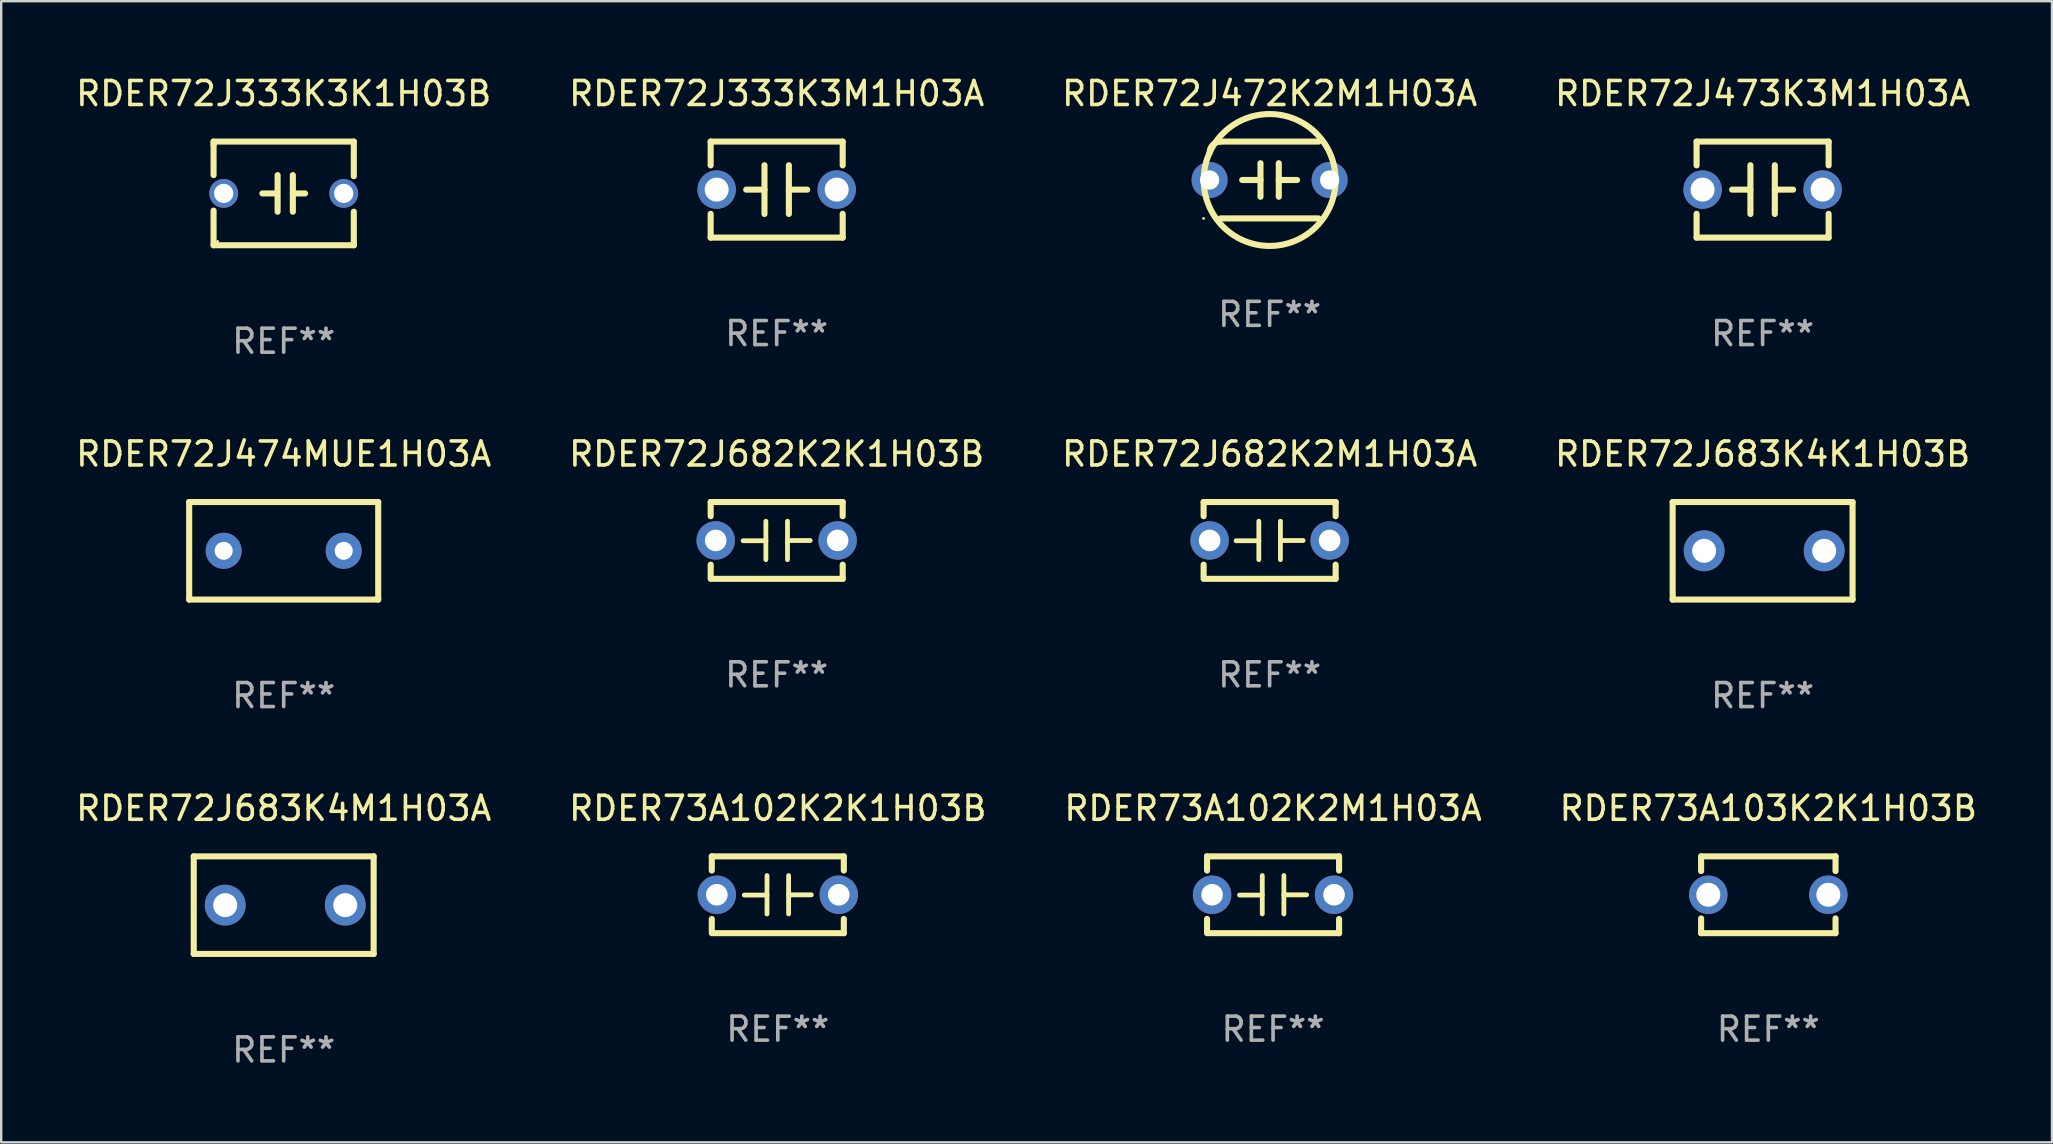
<source format=kicad_pcb>
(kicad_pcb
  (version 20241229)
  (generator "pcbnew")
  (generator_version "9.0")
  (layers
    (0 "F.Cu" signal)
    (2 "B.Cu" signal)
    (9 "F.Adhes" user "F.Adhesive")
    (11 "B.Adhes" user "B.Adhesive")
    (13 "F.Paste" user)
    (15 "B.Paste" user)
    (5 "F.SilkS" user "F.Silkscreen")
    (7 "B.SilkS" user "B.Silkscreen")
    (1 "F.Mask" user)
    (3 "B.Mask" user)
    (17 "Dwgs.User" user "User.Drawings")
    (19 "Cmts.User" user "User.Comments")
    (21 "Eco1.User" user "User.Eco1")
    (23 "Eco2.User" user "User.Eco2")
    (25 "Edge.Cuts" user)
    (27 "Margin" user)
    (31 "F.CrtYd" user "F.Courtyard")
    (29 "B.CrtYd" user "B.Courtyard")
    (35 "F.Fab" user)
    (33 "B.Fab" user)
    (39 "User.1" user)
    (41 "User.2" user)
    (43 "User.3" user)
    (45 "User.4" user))
  (footprint "RDER73A102K2M1H03A"
    (layer "F.Cu")
    (at 49.982 34.223)
    (property "Reference" "RDER73A102K2M1H03A" (at 0 -3.6 0) (layer "F.SilkS") (effects (font (size 1 1) (thickness 0.15))))
    (attr through_hole)
    (fp_line (start -2.75 -1.6) (end -2.75 -1.009) (stroke (width 0.254) (type solid)) (layer "F.SilkS"))
    (fp_line (start -2.75 -1.6) (end 2.75 -1.6) (stroke (width 0.254) (type solid)) (layer "F.SilkS"))
    (fp_line (start -2.75 1.009) (end -2.75 1.524) (stroke (width 0.254) (type solid)) (layer "F.SilkS"))
    (fp_line (start -2.75 1.6) (end 2.75 1.6) (stroke (width 0.254) (type solid)) (layer "F.SilkS"))
    (fp_line (start -0.45 -0.8) (end -0.45 0.8) (stroke (width 0.2) (type solid)) (layer "F.SilkS"))
    (fp_line (start -0.45 0.013) (end -1.397 0.013) (stroke (width 0.2) (type solid)) (layer "F.SilkS"))
    (fp_line (start 0.45 0.003) (end 1.397 0.003) (stroke (width 0.2) (type solid)) (layer "F.SilkS"))
    (fp_line (start 0.45 0.8) (end 0.45 -0.8) (stroke (width 0.2) (type solid)) (layer "F.SilkS"))
    (fp_line (start 2.75 -1.6) (end 2.75 -1.009) (stroke (width 0.254) (type solid)) (layer "F.SilkS"))
    (fp_line (start 2.75 1.009) (end 2.75 1.6) (stroke (width 0.254) (type solid)) (layer "F.SilkS"))
    (fp_circle (center -2.79 1.6) (end -2.76 1.6) (stroke (width 0.06) (type solid)) (fill no) (layer "F.SilkS"))
    (fp_text user "REF**" (at 0 5.6 0) (layer "F.Fab") (effects (font (size 1 1) (thickness 0.15))))
    (pad "1" thru_hole circle (at -2.54 0) (size 1.6 1.6) (drill 0.9) (layers "*.Cu" "*.Mask"))
    (pad "2" thru_hole circle (at 2.54 0) (size 1.6 1.6) (drill 0.9) (layers "*.Cu" "*.Mask")))
  (footprint "RDER72J682K2K1H03B"
    (layer "F.Cu")
    (at 29.304 19.463)
    (property "Reference" "RDER72J682K2K1H03B" (at 0 -3.6 0) (layer "F.SilkS") (effects (font (size 1 1) (thickness 0.15))))
    (attr through_hole)
    (fp_line (start -2.75 -1.6) (end -2.75 -1.009) (stroke (width 0.254) (type solid)) (layer "F.SilkS"))
    (fp_line (start -2.75 -1.6) (end 2.75 -1.6) (stroke (width 0.254) (type solid)) (layer "F.SilkS"))
    (fp_line (start -2.75 1.009) (end -2.75 1.524) (stroke (width 0.254) (type solid)) (layer "F.SilkS"))
    (fp_line (start -2.75 1.6) (end 2.75 1.6) (stroke (width 0.254) (type solid)) (layer "F.SilkS"))
    (fp_line (start -0.45 -0.8) (end -0.45 0.8) (stroke (width 0.2) (type solid)) (layer "F.SilkS"))
    (fp_line (start -0.45 0.013) (end -1.397 0.013) (stroke (width 0.2) (type solid)) (layer "F.SilkS"))
    (fp_line (start 0.45 0.003) (end 1.397 0.003) (stroke (width 0.2) (type solid)) (layer "F.SilkS"))
    (fp_line (start 0.45 0.8) (end 0.45 -0.8) (stroke (width 0.2) (type solid)) (layer "F.SilkS"))
    (fp_line (start 2.75 -1.6) (end 2.75 -1.009) (stroke (width 0.254) (type solid)) (layer "F.SilkS"))
    (fp_line (start 2.75 1.009) (end 2.75 1.6) (stroke (width 0.254) (type solid)) (layer "F.SilkS"))
    (fp_circle (center -2.79 1.6) (end -2.76 1.6) (stroke (width 0.06) (type solid)) (fill no) (layer "F.SilkS"))
    (fp_text user "REF**" (at 0 5.6 0) (layer "F.Fab") (effects (font (size 1 1) (thickness 0.15))))
    (pad "1" thru_hole circle (at -2.54 0) (size 1.6 1.6) (drill 0.9) (layers "*.Cu" "*.Mask"))
    (pad "2" thru_hole circle (at 2.54 0) (size 1.6 1.6) (drill 0.9) (layers "*.Cu" "*.Mask")))
  (footprint "RDER72J682K2M1H03A"
    (layer "F.Cu")
    (at 49.839 19.463)
    (property "Reference" "RDER72J682K2M1H03A" (at 0 -3.6 0) (layer "F.SilkS") (effects (font (size 1 1) (thickness 0.15))))
    (attr through_hole)
    (fp_line (start -2.75 -1.6) (end -2.75 -1.009) (stroke (width 0.254) (type solid)) (layer "F.SilkS"))
    (fp_line (start -2.75 -1.6) (end 2.75 -1.6) (stroke (width 0.254) (type solid)) (layer "F.SilkS"))
    (fp_line (start -2.75 1.009) (end -2.75 1.524) (stroke (width 0.254) (type solid)) (layer "F.SilkS"))
    (fp_line (start -2.75 1.6) (end 2.75 1.6) (stroke (width 0.254) (type solid)) (layer "F.SilkS"))
    (fp_line (start -0.45 -0.8) (end -0.45 0.8) (stroke (width 0.2) (type solid)) (layer "F.SilkS"))
    (fp_line (start -0.45 0.013) (end -1.397 0.013) (stroke (width 0.2) (type solid)) (layer "F.SilkS"))
    (fp_line (start 0.45 0.003) (end 1.397 0.003) (stroke (width 0.2) (type solid)) (layer "F.SilkS"))
    (fp_line (start 0.45 0.8) (end 0.45 -0.8) (stroke (width 0.2) (type solid)) (layer "F.SilkS"))
    (fp_line (start 2.75 -1.6) (end 2.75 -1.009) (stroke (width 0.254) (type solid)) (layer "F.SilkS"))
    (fp_line (start 2.75 1.009) (end 2.75 1.6) (stroke (width 0.254) (type solid)) (layer "F.SilkS"))
    (fp_circle (center -2.75 1.6) (end -2.72 1.6) (stroke (width 0.06) (type solid)) (fill no) (layer "F.SilkS"))
    (fp_text user "REF**" (at 0 5.6 0) (layer "F.Fab") (effects (font (size 1 1) (thickness 0.15))))
    (pad "1" thru_hole circle (at -2.5 0) (size 1.6 1.6) (drill 0.9) (layers "*.Cu" "*.Mask"))
    (pad "2" thru_hole circle (at 2.5 0) (size 1.6 1.6) (drill 0.9) (layers "*.Cu" "*.Mask")))
  (footprint "RDER72J472K2M1H03A"
    (layer "F.Cu")
    (at 49.839 4.448)
    (property "Reference" "RDER72J472K2M1H03A" (at 0 -3.6 0) (layer "F.SilkS") (effects (font (size 1 1) (thickness 0.15))))
    (attr through_hole)
    (fp_line (start -2.038 1.6) (end 2.038 1.6) (stroke (width 0.254) (type solid)) (layer "F.SilkS"))
    (fp_line (start -1.143 0) (end -0.381 0) (stroke (width 0.254) (type solid)) (layer "F.SilkS"))
    (fp_line (start -0.381 -0.699) (end -0.381 0.699) (stroke (width 0.254) (type solid)) (layer "F.SilkS"))
    (fp_line (start 0.381 -0.699) (end 0.381 0.699) (stroke (width 0.254) (type solid)) (layer "F.SilkS"))
    (fp_line (start 1.143 0) (end 0.381 0) (stroke (width 0.254) (type solid)) (layer "F.SilkS"))
    (fp_line (start 2.038 -1.6) (end -2.038 -1.6) (stroke (width 0.254) (type solid)) (layer "F.SilkS"))
    (fp_arc (start -2.500127 -1.137744) (mid -2.364728 -1.464626) (end -2.037846 -1.600025) (stroke (width 0.254001) (type solid)) (layer "F.SilkS"))
    (fp_arc (start -2.500127 1.137719) (mid 2.500149 -1.137741) (end -2.500127 1.137719) (stroke (width 0.254001) (type solid)) (layer "F.SilkS"))
    (fp_circle (center -2.75 1.6) (end -2.72 1.6) (stroke (width 0.06) (type solid)) (fill no) (layer "F.SilkS"))
    (fp_text user "REF**" (at 0 5.6 0) (layer "F.Fab") (effects (font (size 1 1) (thickness 0.15))))
    (pad "1" thru_hole circle (at -2.5 0) (size 1.5 1.5) (drill 0.8) (layers "*.Cu" "*.Mask"))
    (pad "2" thru_hole circle (at 2.5 0) (size 1.5 1.5) (drill 0.8) (layers "*.Cu" "*.Mask")))
  (footprint "RDER72J474MUE1H03A"
    (layer "F.Cu")
    (at 8.768 19.895)
    (property "Reference" "RDER72J474MUE1H03A" (at 0 -4.032 0) (layer "F.SilkS") (effects (font (size 1 1) (thickness 0.15))))
    (attr through_hole)
    (fp_line (start -3.937 -2.032) (end 3.937 -2.032) (stroke (width 0.254) (type solid)) (layer "F.SilkS"))
    (fp_line (start -3.937 2.032) (end -3.937 -2.032) (stroke (width 0.254) (type solid)) (layer "F.SilkS"))
    (fp_line (start 3.937 -2.032) (end 3.937 2.032) (stroke (width 0.254) (type solid)) (layer "F.SilkS"))
    (fp_line (start 3.937 2.032) (end -3.937 2.032) (stroke (width 0.254) (type solid)) (layer "F.SilkS"))
    (fp_circle (center -3.85 2) (end -3.82 2) (stroke (width 0.06) (type solid)) (fill no) (layer "F.SilkS"))
    (fp_text user "REF**" (at 0 6.032 0) (layer "F.Fab") (effects (font (size 1 1) (thickness 0.15))))
    (pad "1" thru_hole circle (at -2.5 0) (size 1.5 1.5) (drill 0.75) (layers "*.Cu" "*.Mask"))
    (pad "2" thru_hole circle (at 2.5 0) (size 1.5 1.5) (drill 0.75) (layers "*.Cu" "*.Mask")))
  (footprint "RDER73A102K2K1H03B"
    (layer "F.Cu")
    (at 29.351 34.223)
    (property "Reference" "RDER73A102K2K1H03B" (at 0 -3.6 0) (layer "F.SilkS") (effects (font (size 1 1) (thickness 0.15))))
    (attr through_hole)
    (fp_line (start -2.75 -1.6) (end -2.75 -1.009) (stroke (width 0.254) (type solid)) (layer "F.SilkS"))
    (fp_line (start -2.75 -1.6) (end 2.75 -1.6) (stroke (width 0.254) (type solid)) (layer "F.SilkS"))
    (fp_line (start -2.75 1.009) (end -2.75 1.524) (stroke (width 0.254) (type solid)) (layer "F.SilkS"))
    (fp_line (start -2.75 1.6) (end 2.75 1.6) (stroke (width 0.254) (type solid)) (layer "F.SilkS"))
    (fp_line (start -0.45 -0.8) (end -0.45 0.8) (stroke (width 0.2) (type solid)) (layer "F.SilkS"))
    (fp_line (start -0.45 0.013) (end -1.397 0.013) (stroke (width 0.2) (type solid)) (layer "F.SilkS"))
    (fp_line (start 0.45 0.003) (end 1.397 0.003) (stroke (width 0.2) (type solid)) (layer "F.SilkS"))
    (fp_line (start 0.45 0.8) (end 0.45 -0.8) (stroke (width 0.2) (type solid)) (layer "F.SilkS"))
    (fp_line (start 2.75 -1.6) (end 2.75 -1.009) (stroke (width 0.254) (type solid)) (layer "F.SilkS"))
    (fp_line (start 2.75 1.009) (end 2.75 1.6) (stroke (width 0.254) (type solid)) (layer "F.SilkS"))
    (fp_circle (center -2.79 1.6) (end -2.76 1.6) (stroke (width 0.06) (type solid)) (fill no) (layer "F.SilkS"))
    (fp_text user "REF**" (at 0 5.6 0) (layer "F.Fab") (effects (font (size 1 1) (thickness 0.15))))
    (pad "1" thru_hole circle (at -2.54 0) (size 1.6 1.6) (drill 0.9) (layers "*.Cu" "*.Mask"))
    (pad "2" thru_hole circle (at 2.54 0) (size 1.6 1.6) (drill 0.9) (layers "*.Cu" "*.Mask")))
  (footprint "RDER72J683K4M1H03A"
    (layer "F.Cu")
    (at 8.768 34.655)
    (property "Reference" "RDER72J683K4M1H03A" (at 0 -4.032 0) (layer "F.SilkS") (effects (font (size 1 1) (thickness 0.15))))
    (attr through_hole)
    (fp_line (start -3.747 -2.032) (end -3.747 2.032) (stroke (width 0.254) (type solid)) (layer "F.SilkS"))
    (fp_line (start -3.747 2.032) (end 3.747 2.032) (stroke (width 0.254) (type solid)) (layer "F.SilkS"))
    (fp_line (start 3.747 -2.032) (end -3.747 -2.032) (stroke (width 0.254) (type solid)) (layer "F.SilkS"))
    (fp_line (start 3.747 2.032) (end 3.747 -2.032) (stroke (width 0.254) (type solid)) (layer "F.SilkS"))
    (fp_circle (center -3.687 2) (end -3.657 2) (stroke (width 0.06) (type solid)) (fill no) (layer "F.SilkS"))
    (fp_text user "REF**" (at 0 6.032 0) (layer "F.Fab") (effects (font (size 1 1) (thickness 0.15))))
    (pad "1" thru_hole circle (at -2.436 0) (size 1.7 1.7) (drill 1) (layers "*.Cu" "*.Mask"))
    (pad "2" thru_hole circle (at 2.564 0) (size 1.7 1.7) (drill 1) (layers "*.Cu" "*.Mask")))
  (footprint "RDER72J333K3M1H03A"
    (layer "F.Cu")
    (at 29.304 4.848)
    (property "Reference" "RDER72J333K3M1H03A" (at 0 -4 0) (layer "F.SilkS") (effects (font (size 1 1) (thickness 0.15))))
    (attr through_hole)
    (fp_line (start -2.75 -2) (end -2.75 -1.009) (stroke (width 0.254) (type solid)) (layer "F.SilkS"))
    (fp_line (start -2.75 -2) (end 2.75 -2) (stroke (width 0.254) (type solid)) (layer "F.SilkS"))
    (fp_line (start -2.75 1.009) (end -2.75 2) (stroke (width 0.254) (type solid)) (layer "F.SilkS"))
    (fp_line (start -0.508 -1.016) (end -0.508 1.016) (stroke (width 0.254) (type solid)) (layer "F.SilkS"))
    (fp_line (start -0.508 0.002) (end -1.27 0.002) (stroke (width 0.254) (type solid)) (layer "F.SilkS"))
    (fp_line (start 0.508 0.002) (end 1.27 0.002) (stroke (width 0.254) (type solid)) (layer "F.SilkS"))
    (fp_line (start 0.508 1.016) (end 0.508 -1.016) (stroke (width 0.254) (type solid)) (layer "F.SilkS"))
    (fp_line (start 2.75 2) (end -2.75 2) (stroke (width 0.254) (type solid)) (layer "F.SilkS"))
    (fp_line (start 2.75 -2) (end 2.75 -1.009) (stroke (width 0.254) (type solid)) (layer "F.SilkS"))
    (fp_line (start 2.75 1.009) (end 2.75 2) (stroke (width 0.254) (type solid)) (layer "F.SilkS"))
    (fp_circle (center -2.75 2) (end -2.72 2) (stroke (width 0.06) (type solid)) (fill no) (layer "F.SilkS"))
    (fp_text user "REF**" (at 0 6 0) (layer "F.Fab") (effects (font (size 1 1) (thickness 0.15))))
    (pad "1" thru_hole circle (at -2.5 0) (size 1.6 1.6) (drill 1) (layers "*.Cu" "*.Mask"))
    (pad "2" thru_hole circle (at 2.5 0) (size 1.6 1.6) (drill 1) (layers "*.Cu" "*.Mask")))
  (footprint "RDER72J333K3K1H03B"
    (layer "F.Cu")
    (at 8.768 5.007)
    (property "Reference" "RDER72J333K3K1H03B" (at 0 -4.159 0) (layer "F.SilkS") (effects (font (size 1 1) (thickness 0.15))))
    (attr through_hole)
    (fp_line (start -2.921 -2.159) (end 2.921 -2.159) (stroke (width 0.254) (type solid)) (layer "F.SilkS"))
    (fp_line (start -2.921 -2.032) (end -2.921 -2.159) (stroke (width 0.254) (type solid)) (layer "F.SilkS"))
    (fp_line (start -2.921 -0.762) (end -2.921 -2.032) (stroke (width 0.254) (type solid)) (layer "F.SilkS"))
    (fp_line (start -2.921 2.159) (end -2.921 0.716) (stroke (width 0.254) (type solid)) (layer "F.SilkS"))
    (fp_line (start -0.381 -0.000025) (end -0.889 -0.000025) (stroke (width 0.254) (type solid)) (layer "F.SilkS"))
    (fp_line (start -0.254 -0.762) (end -0.254 0.762) (stroke (width 0.254) (type solid)) (layer "F.SilkS"))
    (fp_line (start 0.381 -0.762) (end 0.381 0.762) (stroke (width 0.254) (type solid)) (layer "F.SilkS"))
    (fp_line (start 0.381 0.000025) (end 0.889 0.000025) (stroke (width 0.254) (type solid)) (layer "F.SilkS"))
    (fp_line (start 2.921 -2.159) (end 2.921 -0.716) (stroke (width 0.254) (type solid)) (layer "F.SilkS"))
    (fp_line (start 2.921 0.762) (end 2.921 2.032) (stroke (width 0.254) (type solid)) (layer "F.SilkS"))
    (fp_line (start 2.921 2.032) (end 2.921 2.159) (stroke (width 0.254) (type solid)) (layer "F.SilkS"))
    (fp_line (start 2.921 2.159) (end -2.921 2.159) (stroke (width 0.254) (type solid)) (layer "F.SilkS"))
    (fp_circle (center -2.75 2) (end -2.72 2) (stroke (width 0.06) (type solid)) (fill no) (layer "F.SilkS"))
    (fp_text user "REF**" (at 0 6.159 0) (layer "F.Fab") (effects (font (size 1 1) (thickness 0.15))))
    (pad "1" thru_hole circle (at -2.5 0) (size 1.2 1.2) (drill 0.8) (layers "*.Cu" "*.Mask"))
    (pad "2" thru_hole circle (at 2.5 0) (size 1.2 1.2) (drill 0.8) (layers "*.Cu" "*.Mask")))
  (footprint "RDER73A103K2K1H03B"
    (layer "F.Cu")
    (at 70.613 34.223)
    (property "Reference" "RDER73A103K2K1H03B" (at 0 -3.6 0) (layer "F.SilkS") (effects (font (size 1 1) (thickness 0.15))))
    (attr through_hole)
    (fp_line (start -2.8 -1.6) (end 2.8 -1.6) (stroke (width 0.254) (type solid)) (layer "F.SilkS"))
    (fp_line (start -2.8 -0.986) (end -2.8 -1.6) (stroke (width 0.254) (type solid)) (layer "F.SilkS"))
    (fp_line (start -2.8 1.6) (end -2.8 0.986) (stroke (width 0.254) (type solid)) (layer "F.SilkS"))
    (fp_line (start 2.8 -1.6) (end 2.8 -0.986) (stroke (width 0.254) (type solid)) (layer "F.SilkS"))
    (fp_line (start 2.8 0.986) (end 2.8 1.6) (stroke (width 0.254) (type solid)) (layer "F.SilkS"))
    (fp_line (start 2.8 1.6) (end -2.8 1.6) (stroke (width 0.254) (type solid)) (layer "F.SilkS"))
    (fp_circle (center -2.8 1.6) (end -2.77 1.6) (stroke (width 0.06) (type solid)) (fill no) (layer "F.SilkS"))
    (fp_text user "REF**" (at 0 5.6 0) (layer "F.Fab") (effects (font (size 1 1) (thickness 0.15))))
    (pad "1" thru_hole circle (at -2.5 0) (size 1.6 1.6) (drill 1) (layers "*.Cu" "*.Mask"))
    (pad "2" thru_hole circle (at 2.5 0) (size 1.6 1.6) (drill 1) (layers "*.Cu" "*.Mask")))
  (footprint "RDER72J473K3M1H03A"
    (layer "F.Cu")
    (at 70.375 4.848)
    (property "Reference" "RDER72J473K3M1H03A" (at 0 -4 0) (layer "F.SilkS") (effects (font (size 1 1) (thickness 0.15))))
    (attr through_hole)
    (fp_line (start -2.75 -2) (end -2.75 -1.009) (stroke (width 0.254) (type solid)) (layer "F.SilkS"))
    (fp_line (start -2.75 -2) (end 2.75 -2) (stroke (width 0.254) (type solid)) (layer "F.SilkS"))
    (fp_line (start -2.75 1.009) (end -2.75 2) (stroke (width 0.254) (type solid)) (layer "F.SilkS"))
    (fp_line (start -0.508 -1.016) (end -0.508 1.016) (stroke (width 0.254) (type solid)) (layer "F.SilkS"))
    (fp_line (start -0.508 0.002) (end -1.27 0.002) (stroke (width 0.254) (type solid)) (layer "F.SilkS"))
    (fp_line (start 0.508 0.002) (end 1.27 0.002) (stroke (width 0.254) (type solid)) (layer "F.SilkS"))
    (fp_line (start 0.508 1.016) (end 0.508 -1.016) (stroke (width 0.254) (type solid)) (layer "F.SilkS"))
    (fp_line (start 2.75 2) (end -2.75 2) (stroke (width 0.254) (type solid)) (layer "F.SilkS"))
    (fp_line (start 2.75 -2) (end 2.75 -1.009) (stroke (width 0.254) (type solid)) (layer "F.SilkS"))
    (fp_line (start 2.75 1.009) (end 2.75 2) (stroke (width 0.254) (type solid)) (layer "F.SilkS"))
    (fp_circle (center -2.75 2) (end -2.72 2) (stroke (width 0.06) (type solid)) (fill no) (layer "F.SilkS"))
    (fp_text user "REF**" (at 0 6 0) (layer "F.Fab") (effects (font (size 1 1) (thickness 0.15))))
    (pad "1" thru_hole circle (at -2.5 0) (size 1.6 1.6) (drill 1) (layers "*.Cu" "*.Mask"))
    (pad "2" thru_hole circle (at 2.5 0) (size 1.6 1.6) (drill 1) (layers "*.Cu" "*.Mask")))
  (footprint "RDER72J683K4K1H03B"
    (layer "F.Cu")
    (at 70.375 19.895)
    (property "Reference" "RDER72J683K4K1H03B" (at 0 -4.032 0) (layer "F.SilkS") (effects (font (size 1 1) (thickness 0.15))))
    (attr through_hole)
    (fp_line (start -3.747 -2.032) (end -3.747 2.032) (stroke (width 0.254) (type solid)) (layer "F.SilkS"))
    (fp_line (start -3.747 2.032) (end 3.747 2.032) (stroke (width 0.254) (type solid)) (layer "F.SilkS"))
    (fp_line (start 3.747 -2.032) (end -3.747 -2.032) (stroke (width 0.254) (type solid)) (layer "F.SilkS"))
    (fp_line (start 3.747 2.032) (end 3.747 -2.032) (stroke (width 0.254) (type solid)) (layer "F.SilkS"))
    (fp_circle (center -3.687 2) (end -3.657 2) (stroke (width 0.06) (type solid)) (fill no) (layer "F.SilkS"))
    (fp_text user "REF**" (at 0 6.032 0) (layer "F.Fab") (effects (font (size 1 1) (thickness 0.15))))
    (pad "1" thru_hole circle (at -2.436 0) (size 1.7 1.7) (drill 1) (layers "*.Cu" "*.Mask"))
    (pad "2" thru_hole circle (at 2.564 0) (size 1.7 1.7) (drill 1) (layers "*.Cu" "*.Mask")))
  (gr_rect
    (start -3 -3)
    (end 82.429 44.536)
    (stroke (width 0.1) (type default))
    (fill no)
    (layer "Edge.Cuts")))
</source>
